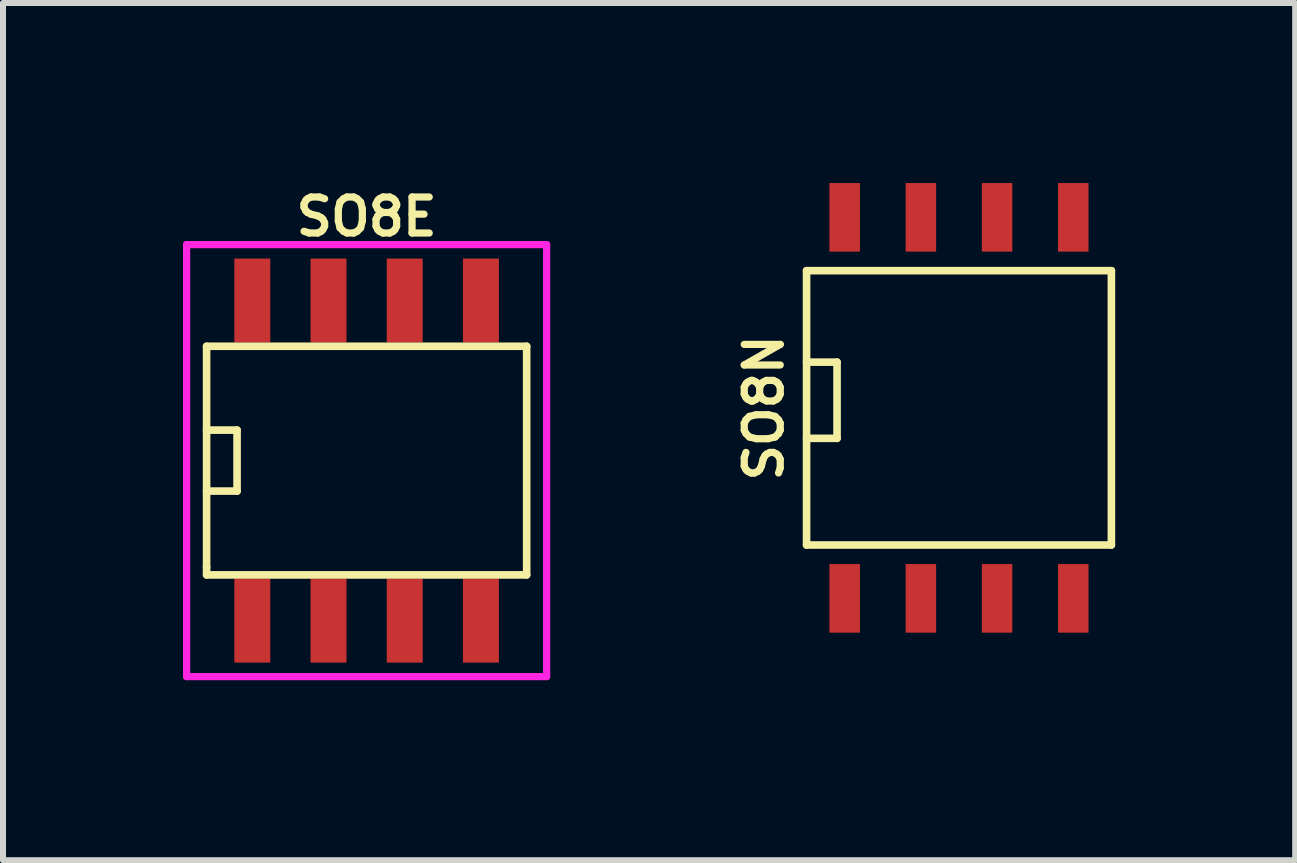
<source format=kicad_pcb>
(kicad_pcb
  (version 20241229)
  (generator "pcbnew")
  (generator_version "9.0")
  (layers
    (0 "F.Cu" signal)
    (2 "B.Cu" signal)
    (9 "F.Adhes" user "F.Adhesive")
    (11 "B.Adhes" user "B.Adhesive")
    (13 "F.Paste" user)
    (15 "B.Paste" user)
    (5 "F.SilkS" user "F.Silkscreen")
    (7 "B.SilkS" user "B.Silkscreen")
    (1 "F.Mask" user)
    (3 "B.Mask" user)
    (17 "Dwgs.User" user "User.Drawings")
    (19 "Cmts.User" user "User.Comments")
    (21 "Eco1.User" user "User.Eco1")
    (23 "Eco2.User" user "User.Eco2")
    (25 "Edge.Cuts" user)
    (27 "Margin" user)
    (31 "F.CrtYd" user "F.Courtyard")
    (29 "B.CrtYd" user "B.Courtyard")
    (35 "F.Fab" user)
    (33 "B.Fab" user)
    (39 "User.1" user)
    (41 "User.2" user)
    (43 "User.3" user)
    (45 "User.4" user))
  (footprint "SO8N"
    (layer "F.Cu")
    (at 12.932 3.747)
    (property "Reference" "SO8N" (at -3.25 0 90) (layer "F.SilkS") (effects (font (size 0.6 0.6) (thickness 0.12))))
    (attr smd)
    (fp_line (start -2.54 -2.286) (end 2.54 -2.286) (stroke (width 0.127) (type solid)) (layer "F.SilkS"))
    (fp_line (start -2.54 -0.762) (end -2.032 -0.762) (stroke (width 0.127) (type solid)) (layer "F.SilkS"))
    (fp_line (start -2.54 2.286) (end -2.54 -2.286) (stroke (width 0.127) (type solid)) (layer "F.SilkS"))
    (fp_line (start -2.032 -0.762) (end -2.032 0.508) (stroke (width 0.127) (type solid)) (layer "F.SilkS"))
    (fp_line (start -2.032 0.508) (end -2.54 0.508) (stroke (width 0.127) (type solid)) (layer "F.SilkS"))
    (fp_line (start 2.54 -2.286) (end 2.54 2.286) (stroke (width 0.127) (type solid)) (layer "F.SilkS"))
    (fp_line (start 2.54 2.286) (end -2.54 2.286) (stroke (width 0.127) (type solid)) (layer "F.SilkS"))
    (pad "1" smd rect (at -1.905 3.175) (size 0.508 1.143) (layers "F.Cu" "F.Mask" "F.Paste"))
    (pad "2" smd rect (at -0.635 3.175) (size 0.508 1.143) (layers "F.Cu" "F.Mask" "F.Paste"))
    (pad "3" smd rect (at 0.635 3.175) (size 0.508 1.143) (layers "F.Cu" "F.Mask" "F.Paste"))
    (pad "4" smd rect (at 1.905 3.175) (size 0.508 1.143) (layers "F.Cu" "F.Mask" "F.Paste"))
    (pad "5" smd rect (at 1.905 -3.175) (size 0.508 1.143) (layers "F.Cu" "F.Mask" "F.Paste"))
    (pad "6" smd rect (at 0.635 -3.175) (size 0.508 1.143) (layers "F.Cu" "F.Mask" "F.Paste"))
    (pad "7" smd rect (at -0.635 -3.175) (size 0.508 1.143) (layers "F.Cu" "F.Mask" "F.Paste"))
    (pad "8" smd rect (at -1.905 -3.175) (size 0.508 1.143) (layers "F.Cu" "F.Mask" "F.Paste")))
  (footprint "SO8E"
    (layer "F.Cu")
    (at 3.06 4.626)
    (property "Reference" "SO8E" (at 0 -4.064 0) (layer "F.SilkS") (effects (font (size 0.6 0.6) (thickness 0.12))))
    (attr smd)
    (fp_line (start -2.667 -1.905) (end -2.667 1.778) (stroke (width 0.127) (type solid)) (layer "F.SilkS"))
    (fp_line (start -2.667 -0.508) (end -2.159 -0.508) (stroke (width 0.127) (type solid)) (layer "F.SilkS"))
    (fp_line (start -2.667 1.778) (end -2.667 1.905) (stroke (width 0.127) (type solid)) (layer "F.SilkS"))
    (fp_line (start -2.667 1.905) (end 2.667 1.905) (stroke (width 0.127) (type solid)) (layer "F.SilkS"))
    (fp_line (start -2.159 -0.508) (end -2.159 0.508) (stroke (width 0.127) (type solid)) (layer "F.SilkS"))
    (fp_line (start -2.159 0.508) (end -2.667 0.508) (stroke (width 0.127) (type solid)) (layer "F.SilkS"))
    (fp_line (start 2.667 -1.905) (end -2.667 -1.905) (stroke (width 0.127) (type solid)) (layer "F.SilkS"))
    (fp_line (start 2.667 -1.905) (end 2.667 1.905) (stroke (width 0.127) (type solid)) (layer "F.SilkS"))
    (fp_line (start -3 -3.6) (end 3 -3.6) (stroke (width 0.12) (type solid)) (layer "F.CrtYd"))
    (fp_line (start -3 3.6) (end -3 -3.6) (stroke (width 0.12) (type solid)) (layer "F.CrtYd"))
    (fp_line (start 3 -3.6) (end 3 3.6) (stroke (width 0.12) (type solid)) (layer "F.CrtYd"))
    (fp_line (start 3 3.6) (end -3 3.6) (stroke (width 0.12) (type solid)) (layer "F.CrtYd"))
    (pad "1" smd rect (at -1.905 2.667) (size 0.599 1.4) (layers "F.Cu" "F.Mask" "F.Paste"))
    (pad "2" smd rect (at -0.635 2.667) (size 0.599 1.4) (layers "F.Cu" "F.Mask" "F.Paste"))
    (pad "3" smd rect (at 0.635 2.667) (size 0.599 1.4) (layers "F.Cu" "F.Mask" "F.Paste"))
    (pad "4" smd rect (at 1.905 2.667) (size 0.599 1.4) (layers "F.Cu" "F.Mask" "F.Paste"))
    (pad "5" smd rect (at 1.905 -2.667) (size 0.599 1.4) (layers "F.Cu" "F.Mask" "F.Paste"))
    (pad "6" smd rect (at 0.635 -2.667) (size 0.599 1.4) (layers "F.Cu" "F.Mask" "F.Paste"))
    (pad "7" smd rect (at -0.635 -2.667) (size 0.599 1.4) (layers "F.Cu" "F.Mask" "F.Paste"))
    (pad "8" smd rect (at -1.905 -2.667) (size 0.599 1.4) (layers "F.Cu" "F.Mask" "F.Paste")))
  (gr_rect
    (start -3 -3)
    (end 18.535 11.286)
    (stroke (width 0.1) (type default))
    (fill no)
    (layer "Edge.Cuts")))
</source>
